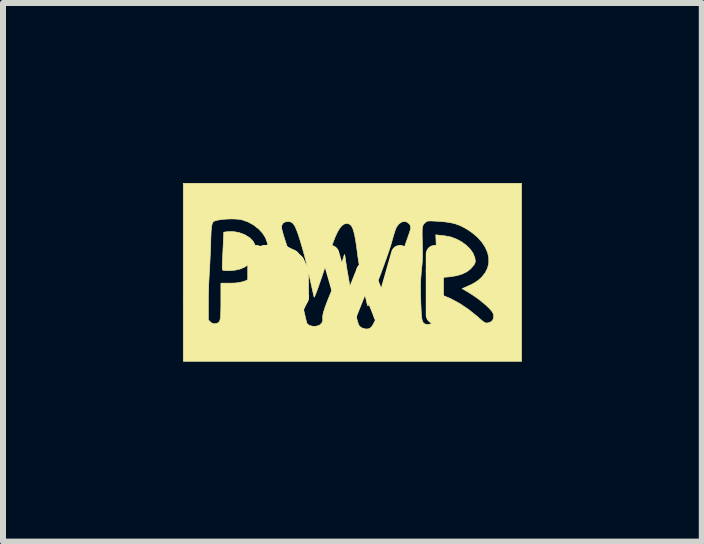
<source format=kicad_pcb>
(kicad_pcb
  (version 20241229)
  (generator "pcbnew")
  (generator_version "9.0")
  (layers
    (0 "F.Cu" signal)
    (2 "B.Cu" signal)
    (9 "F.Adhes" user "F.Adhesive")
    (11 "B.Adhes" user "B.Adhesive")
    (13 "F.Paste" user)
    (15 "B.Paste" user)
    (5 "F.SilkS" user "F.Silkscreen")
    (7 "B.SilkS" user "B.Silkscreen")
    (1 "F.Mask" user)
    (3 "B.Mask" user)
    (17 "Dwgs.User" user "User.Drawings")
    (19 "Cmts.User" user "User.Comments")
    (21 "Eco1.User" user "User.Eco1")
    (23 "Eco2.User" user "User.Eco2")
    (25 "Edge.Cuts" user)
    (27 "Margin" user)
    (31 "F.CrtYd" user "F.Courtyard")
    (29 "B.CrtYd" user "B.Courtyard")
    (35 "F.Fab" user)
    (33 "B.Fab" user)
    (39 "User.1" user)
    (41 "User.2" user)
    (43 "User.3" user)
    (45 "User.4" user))
  (footprint "pwr"
    (layer "F.Cu")
    (at 2.819 1.511)
    (property "Reference" "pwr" (at 0 0 0) (layer "F.SilkS") (effects (font (size 1.524 1.524) (thickness 0.3))))
    (attr through_hole)
    (fp_poly (pts (xy -1.883 -0.684) (xy -1.79 -0.649) (xy -1.709 -0.599) (xy -1.694 -0.586) (xy -1.645 -0.532) (xy -1.616 -0.472) (xy -1.605 -0.407) (xy -1.611 -0.34) (xy -1.632 -0.275) (xy -1.669 -0.213) (xy -1.721 -0.158) (xy -1.785 -0.112) (xy -1.862 -0.078) (xy -1.866 -0.077) (xy -1.948 -0.058) (xy -2.038 -0.049) (xy -2.118 -0.051) (xy -2.132 -0.052) (xy -2.144 -0.053) (xy -2.152 -0.056) (xy -2.158 -0.063) (xy -2.162 -0.077) (xy -2.164 -0.1) (xy -2.164 -0.133) (xy -2.163 -0.181) (xy -2.16 -0.244) (xy -2.156 -0.325) (xy -2.152 -0.403) (xy -2.139 -0.691) (xy -2.078 -0.699) (xy -1.98 -0.701) (xy -1.883 -0.684)) (stroke (width 0.01) (type solid)) (fill yes) (layer "F.SilkS"))
    (fp_poly (pts (xy 1.425 -0.643) (xy 1.452 -0.64) (xy 1.492 -0.636) (xy 1.532 -0.632) (xy 1.64 -0.613) (xy 1.744 -0.574) (xy 1.82 -0.533) (xy 1.903 -0.473) (xy 1.969 -0.407) (xy 2.018 -0.336) (xy 2.046 -0.264) (xy 2.051 -0.236) (xy 2.054 -0.2) (xy 2.046 -0.171) (xy 2.03 -0.144) (xy 1.98 -0.084) (xy 1.917 -0.034) (xy 1.84 0.005) (xy 1.748 0.033) (xy 1.637 0.052) (xy 1.521 0.062) (xy 1.462 0.065) (xy 1.421 0.066) (xy 1.395 0.065) (xy 1.381 0.063) (xy 1.375 0.057) (xy 1.374 0.049) (xy 1.374 0.047) (xy 1.375 0.029) (xy 1.378 -0.007) (xy 1.383 -0.056) (xy 1.389 -0.113) (xy 1.391 -0.139) (xy 1.401 -0.245) (xy 1.404 -0.347) (xy 1.403 -0.456) (xy 1.402 -0.475) (xy 1.395 -0.648) (xy 1.425 -0.643)) (stroke (width 0.01) (type solid)) (fill yes) (layer "F.SilkS"))
    (fp_poly (pts (xy 2.825 1.462) (xy -2.814 1.462) (xy -2.814 0.768) (xy -2.396 0.768) (xy -2.368 0.801) (xy -2.332 0.828) (xy -2.289 0.836) (xy -2.244 0.825) (xy -2.24 0.823) (xy -2.225 0.813) (xy -2.214 0.799) (xy -2.204 0.779) (xy -2.197 0.75) (xy -2.193 0.71) (xy -2.19 0.656) (xy -2.188 0.586) (xy -2.187 0.498) (xy -2.187 0.448) (xy -2.187 0.159) (xy -2.042 0.159) (xy -1.949 0.157) (xy -1.872 0.147) (xy -1.803 0.13) (xy -1.737 0.103) (xy -1.682 0.074) (xy -1.595 0.014) (xy -1.523 -0.059) (xy -1.466 -0.142) (xy -1.426 -0.231) (xy -1.404 -0.326) (xy -1.399 -0.422) (xy -1.414 -0.517) (xy -1.445 -0.601) (xy -1.494 -0.677) (xy -1.561 -0.748) (xy -1.592 -0.772) (xy -1.176 -0.772) (xy -1.173 -0.748) (xy -1.163 -0.707) (xy -1.148 -0.655) (xy -1.13 -0.595) (xy -1.115 -0.549) (xy -1.086 -0.461) (xy -1.06 -0.38) (xy -1.035 -0.303) (xy -1.012 -0.229) (xy -0.991 -0.153) (xy -0.969 -0.075) (xy -0.947 0.008) (xy -0.924 0.098) (xy -0.9 0.198) (xy -0.874 0.311) (xy -0.844 0.438) (xy -0.812 0.581) (xy -0.775 0.742) (xy -0.766 0.78) (xy -0.758 0.811) (xy -0.754 0.825) (xy -0.732 0.851) (xy -0.696 0.868) (xy -0.651 0.878) (xy -0.603 0.877) (xy -0.559 0.866) (xy -0.541 0.857) (xy -0.506 0.825) (xy -0.489 0.784) (xy -0.49 0.737) (xy -0.489 0.701) (xy -0.478 0.647) (xy -0.455 0.574) (xy -0.422 0.483) (xy -0.378 0.374) (xy -0.345 0.295) (xy -0.318 0.227) (xy -0.286 0.146) (xy -0.253 0.057) (xy -0.22 -0.036) (xy -0.189 -0.126) (xy -0.162 -0.208) (xy -0.141 -0.278) (xy -0.135 -0.297) (xy -0.13 -0.313) (xy -0.126 -0.318) (xy -0.122 -0.308) (xy -0.117 -0.281) (xy -0.111 -0.236) (xy -0.096 -0.137) (xy -0.079 -0.031) (xy -0.059 0.081) (xy -0.039 0.194) (xy -0.017 0.307) (xy 0.005 0.417) (xy 0.026 0.521) (xy 0.047 0.617) (xy 0.066 0.701) (xy 0.084 0.771) (xy 0.099 0.824) (xy 0.11 0.855) (xy 0.133 0.885) (xy 0.171 0.908) (xy 0.217 0.921) (xy 0.24 0.923) (xy 0.275 0.92) (xy 0.302 0.907) (xy 0.323 0.888) (xy 0.345 0.856) (xy 0.373 0.804) (xy 0.406 0.733) (xy 0.42 0.698) (xy 0.438 0.654) (xy 0.463 0.593) (xy 0.493 0.517) (xy 0.529 0.431) (xy 0.567 0.337) (xy 0.607 0.238) (xy 0.615 0.219) (xy 1.141 0.219) (xy 1.141 0.302) (xy 1.143 0.397) (xy 1.146 0.508) (xy 1.148 0.539) (xy 1.152 0.629) (xy 1.157 0.7) (xy 1.163 0.753) (xy 1.173 0.792) (xy 1.186 0.818) (xy 1.204 0.834) (xy 1.227 0.843) (xy 1.257 0.846) (xy 1.268 0.846) (xy 1.302 0.841) (xy 1.332 0.823) (xy 1.343 0.813) (xy 1.377 0.779) (xy 1.372 0.545) (xy 1.367 0.31) (xy 1.477 0.348) (xy 1.635 0.413) (xy 1.789 0.495) (xy 1.941 0.597) (xy 2.092 0.718) (xy 2.135 0.757) (xy 2.177 0.792) (xy 2.208 0.814) (xy 2.232 0.823) (xy 2.242 0.824) (xy 2.292 0.815) (xy 2.33 0.791) (xy 2.354 0.755) (xy 2.361 0.712) (xy 2.351 0.664) (xy 2.332 0.631) (xy 2.292 0.584) (xy 2.236 0.53) (xy 2.168 0.472) (xy 2.092 0.413) (xy 2.011 0.357) (xy 1.929 0.305) (xy 1.925 0.303) (xy 1.835 0.25) (xy 1.917 0.214) (xy 1.992 0.18) (xy 2.052 0.147) (xy 2.102 0.112) (xy 2.148 0.071) (xy 2.159 0.061) (xy 2.218 -0.012) (xy 2.258 -0.092) (xy 2.278 -0.175) (xy 2.278 -0.262) (xy 2.259 -0.349) (xy 2.222 -0.436) (xy 2.167 -0.521) (xy 2.094 -0.603) (xy 2.004 -0.68) (xy 1.93 -0.731) (xy 1.857 -0.773) (xy 1.788 -0.806) (xy 1.718 -0.831) (xy 1.641 -0.849) (xy 1.553 -0.862) (xy 1.451 -0.871) (xy 1.401 -0.874) (xy 1.343 -0.877) (xy 1.301 -0.878) (xy 1.274 -0.877) (xy 1.255 -0.874) (xy 1.241 -0.867) (xy 1.228 -0.858) (xy 1.208 -0.841) (xy 1.193 -0.824) (xy 1.182 -0.804) (xy 1.174 -0.778) (xy 1.169 -0.743) (xy 1.168 -0.696) (xy 1.168 -0.634) (xy 1.17 -0.555) (xy 1.171 -0.518) (xy 1.173 -0.421) (xy 1.174 -0.339) (xy 1.173 -0.267) (xy 1.17 -0.2) (xy 1.164 -0.13) (xy 1.16 -0.09) (xy 1.152 -0.007) (xy 1.146 0.069) (xy 1.142 0.142) (xy 1.141 0.219) (xy 0.615 0.219) (xy 0.648 0.137) (xy 0.663 0.099) (xy 0.703 0.002) (xy 0.74 -0.091) (xy 0.775 -0.179) (xy 0.805 -0.257) (xy 0.831 -0.325) (xy 0.852 -0.379) (xy 0.865 -0.416) (xy 0.869 -0.429) (xy 0.884 -0.476) (xy 0.904 -0.534) (xy 0.925 -0.594) (xy 0.936 -0.625) (xy 0.958 -0.689) (xy 0.972 -0.736) (xy 0.976 -0.771) (xy 0.973 -0.798) (xy 0.96 -0.82) (xy 0.946 -0.836) (xy 0.906 -0.863) (xy 0.864 -0.87) (xy 0.82 -0.857) (xy 0.78 -0.827) (xy 0.744 -0.781) (xy 0.73 -0.753) (xy 0.718 -0.721) (xy 0.703 -0.674) (xy 0.686 -0.618) (xy 0.669 -0.558) (xy 0.666 -0.547) (xy 0.65 -0.49) (xy 0.626 -0.415) (xy 0.596 -0.325) (xy 0.56 -0.224) (xy 0.52 -0.113) (xy 0.477 0.004) (xy 0.431 0.124) (xy 0.385 0.245) (xy 0.338 0.365) (xy 0.292 0.479) (xy 0.272 0.528) (xy 0.267 0.537) (xy 0.261 0.536) (xy 0.255 0.522) (xy 0.247 0.491) (xy 0.235 0.441) (xy 0.235 0.44) (xy 0.208 0.315) (xy 0.181 0.187) (xy 0.156 0.061) (xy 0.134 -0.061) (xy 0.114 -0.172) (xy 0.098 -0.271) (xy 0.089 -0.341) (xy 0.073 -0.46) (xy 0.058 -0.559) (xy 0.043 -0.64) (xy 0.027 -0.704) (xy 0.011 -0.753) (xy -0.007 -0.789) (xy -0.028 -0.814) (xy -0.051 -0.828) (xy -0.079 -0.835) (xy -0.095 -0.835) (xy -0.133 -0.826) (xy -0.17 -0.8) (xy -0.208 -0.754) (xy -0.246 -0.689) (xy -0.285 -0.604) (xy -0.325 -0.498) (xy -0.363 -0.385) (xy -0.399 -0.272) (xy -0.434 -0.162) (xy -0.468 -0.056) (xy -0.501 0.043) (xy -0.532 0.133) (xy -0.56 0.213) (xy -0.584 0.28) (xy -0.604 0.334) (xy -0.62 0.371) (xy -0.63 0.391) (xy -0.633 0.393) (xy -0.636 0.382) (xy -0.643 0.352) (xy -0.653 0.307) (xy -0.666 0.249) (xy -0.681 0.182) (xy -0.692 0.132) (xy -0.727 -0.027) (xy -0.76 -0.167) (xy -0.792 -0.294) (xy -0.824 -0.411) (xy -0.857 -0.523) (xy -0.87 -0.566) (xy -0.899 -0.656) (xy -0.925 -0.726) (xy -0.948 -0.78) (xy -0.971 -0.818) (xy -0.994 -0.844) (xy -1.02 -0.86) (xy -1.05 -0.867) (xy -1.074 -0.868) (xy -1.122 -0.86) (xy -1.156 -0.836) (xy -1.174 -0.797) (xy -1.176 -0.772) (xy -1.592 -0.772) (xy -1.641 -0.81) (xy -1.731 -0.86) (xy -1.826 -0.894) (xy -1.831 -0.895) (xy -1.881 -0.905) (xy -1.942 -0.91) (xy -2.01 -0.912) (xy -2.079 -0.91) (xy -2.147 -0.905) (xy -2.209 -0.897) (xy -2.26 -0.887) (xy -2.298 -0.875) (xy -2.316 -0.862) (xy -2.326 -0.845) (xy -2.334 -0.823) (xy -2.34 -0.793) (xy -2.345 -0.752) (xy -2.35 -0.699) (xy -2.353 -0.629) (xy -2.356 -0.541) (xy -2.356 -0.511) (xy -2.359 -0.419) (xy -2.364 -0.315) (xy -2.369 -0.208) (xy -2.374 -0.106) (xy -2.379 -0.022) (xy -2.384 0.062) (xy -2.389 0.161) (xy -2.392 0.266) (xy -2.395 0.372) (xy -2.396 0.469) (xy -2.396 0.491) (xy -2.396 0.768) (xy -2.814 0.768) (xy -2.814 -1.506) (xy 2.825 -1.506) (xy 2.825 1.462)) (stroke (width 0.01) (type solid)) (fill yes) (layer "F.SilkS")))
  (gr_rect
    (start -3 -3)
    (end 8.648 5.978)
    (stroke (width 0.1) (type default))
    (fill no)
    (layer "Edge.Cuts")))
</source>
